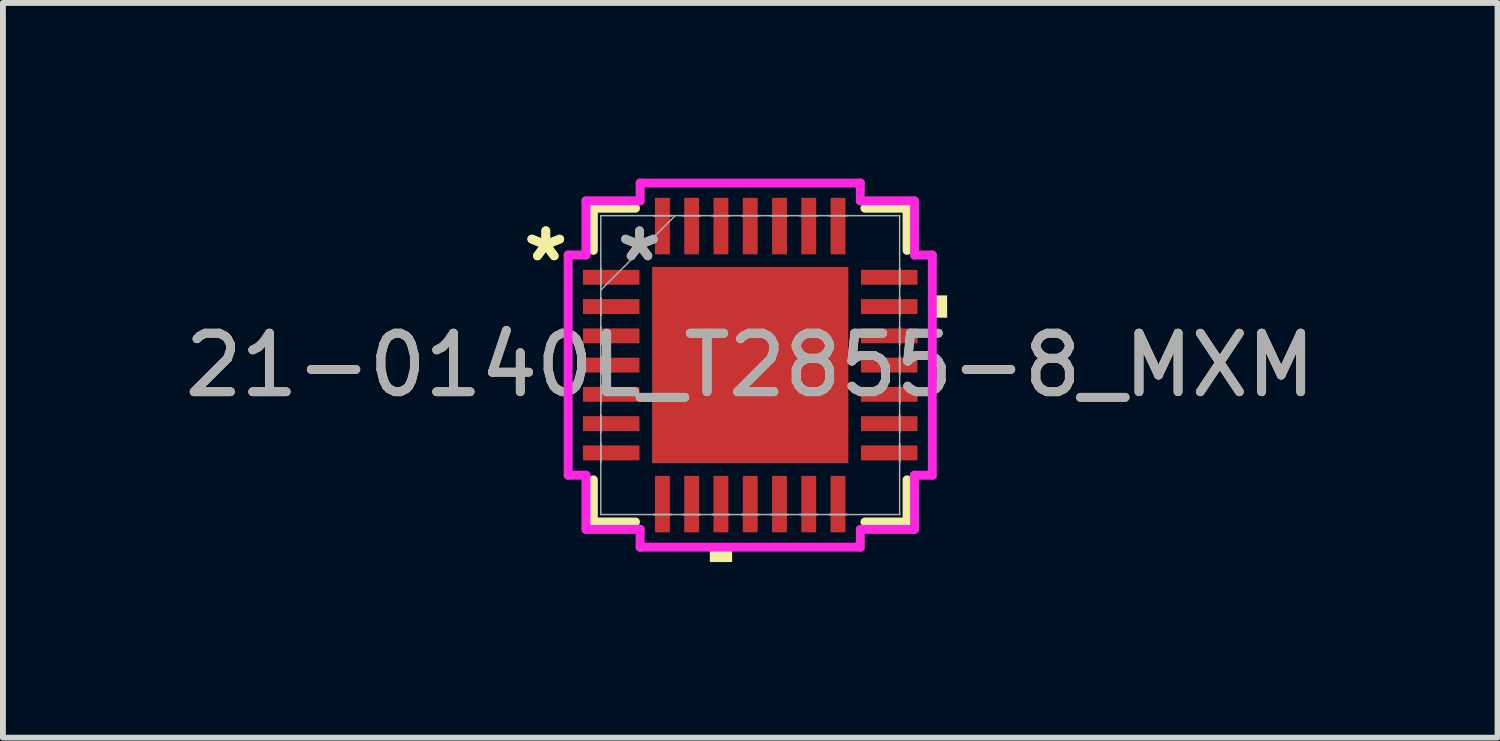
<source format=kicad_pcb>
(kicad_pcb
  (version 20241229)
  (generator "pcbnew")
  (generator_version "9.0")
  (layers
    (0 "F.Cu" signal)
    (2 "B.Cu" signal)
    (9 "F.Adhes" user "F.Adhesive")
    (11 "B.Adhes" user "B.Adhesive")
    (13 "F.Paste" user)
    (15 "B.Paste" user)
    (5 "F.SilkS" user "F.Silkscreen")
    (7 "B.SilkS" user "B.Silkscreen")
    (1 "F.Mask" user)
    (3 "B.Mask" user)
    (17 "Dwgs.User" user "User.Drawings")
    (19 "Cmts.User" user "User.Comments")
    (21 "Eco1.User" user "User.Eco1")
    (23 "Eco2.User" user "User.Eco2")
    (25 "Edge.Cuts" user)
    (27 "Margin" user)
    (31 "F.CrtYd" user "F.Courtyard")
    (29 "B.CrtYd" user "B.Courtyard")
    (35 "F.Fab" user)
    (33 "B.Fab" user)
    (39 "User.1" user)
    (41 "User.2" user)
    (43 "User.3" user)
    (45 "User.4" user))
  (footprint "21-0140L_T2855-8_MXM"
    (layer "F.Cu")
    (at 9.768 3.188)
    (property "Reference" "21-0140L_T2855-8_MXM" (at 0 0 0) (unlocked yes) (layer "F.SilkS") (effects (font (size 1 1) (thickness 0.15))))
    (attr smd)
    (fp_line (start -2.68 -2.68) (end -2.68 -1.96) (stroke (width 0.152) (type solid)) (layer "F.SilkS"))
    (fp_line (start -2.68 1.96) (end -2.68 2.68) (stroke (width 0.152) (type solid)) (layer "F.SilkS"))
    (fp_line (start -2.68 2.68) (end -1.96 2.68) (stroke (width 0.152) (type solid)) (layer "F.SilkS"))
    (fp_line (start -1.96 -2.68) (end -2.68 -2.68) (stroke (width 0.152) (type solid)) (layer "F.SilkS"))
    (fp_line (start 1.96 2.68) (end 2.68 2.68) (stroke (width 0.152) (type solid)) (layer "F.SilkS"))
    (fp_line (start 2.68 -2.68) (end 1.96 -2.68) (stroke (width 0.152) (type solid)) (layer "F.SilkS"))
    (fp_line (start 2.68 -1.96) (end 2.68 -2.68) (stroke (width 0.152) (type solid)) (layer "F.SilkS"))
    (fp_line (start 2.68 2.68) (end 2.68 1.96) (stroke (width 0.152) (type solid)) (layer "F.SilkS"))
    (fp_poly (pts (xy -0.69 3.111) (xy -0.69 3.365) (xy -0.309 3.365) (xy -0.309 3.111)) (stroke (width 0) (type solid)) (fill yes) (layer "F.SilkS"))
    (fp_poly (pts (xy 3.365 -1.191) (xy 3.365 -0.81) (xy 3.111 -0.81) (xy 3.111 -1.191)) (stroke (width 0) (type solid)) (fill yes) (layer "F.SilkS"))
    (fp_poly (pts (xy -1.576 -1.576) (xy -1.576 -0.1) (xy -0.1 -0.1) (xy -0.1 -1.576)) (stroke (width 0) (type solid)) (fill yes) (layer "F.Paste"))
    (fp_poly (pts (xy -1.576 0.1) (xy -1.576 1.576) (xy -0.1 1.576) (xy -0.1 0.1)) (stroke (width 0) (type solid)) (fill yes) (layer "F.Paste"))
    (fp_poly (pts (xy 0.1 -1.576) (xy 0.1 -0.1) (xy 1.576 -0.1) (xy 1.576 -1.576)) (stroke (width 0) (type solid)) (fill yes) (layer "F.Paste"))
    (fp_poly (pts (xy 0.1 0.1) (xy 0.1 1.576) (xy 1.576 1.576) (xy 1.576 0.1)) (stroke (width 0) (type solid)) (fill yes) (layer "F.Paste"))
    (fp_line (start -3.111 -1.881) (end -2.807 -1.881) (stroke (width 0.152) (type solid)) (layer "F.CrtYd"))
    (fp_line (start -3.111 1.881) (end -3.111 -1.881) (stroke (width 0.152) (type solid)) (layer "F.CrtYd"))
    (fp_line (start -2.807 -2.807) (end -1.881 -2.807) (stroke (width 0.152) (type solid)) (layer "F.CrtYd"))
    (fp_line (start -2.807 -1.881) (end -2.807 -2.807) (stroke (width 0.152) (type solid)) (layer "F.CrtYd"))
    (fp_line (start -2.807 1.881) (end -3.111 1.881) (stroke (width 0.152) (type solid)) (layer "F.CrtYd"))
    (fp_line (start -2.807 2.807) (end -2.807 1.881) (stroke (width 0.152) (type solid)) (layer "F.CrtYd"))
    (fp_line (start -1.881 -3.111) (end 1.881 -3.111) (stroke (width 0.152) (type solid)) (layer "F.CrtYd"))
    (fp_line (start -1.881 -2.807) (end -1.881 -3.111) (stroke (width 0.152) (type solid)) (layer "F.CrtYd"))
    (fp_line (start -1.881 2.807) (end -2.807 2.807) (stroke (width 0.152) (type solid)) (layer "F.CrtYd"))
    (fp_line (start -1.881 3.111) (end -1.881 2.807) (stroke (width 0.152) (type solid)) (layer "F.CrtYd"))
    (fp_line (start 1.881 -3.111) (end 1.881 -2.807) (stroke (width 0.152) (type solid)) (layer "F.CrtYd"))
    (fp_line (start 1.881 -2.807) (end 2.807 -2.807) (stroke (width 0.152) (type solid)) (layer "F.CrtYd"))
    (fp_line (start 1.881 2.807) (end 1.881 3.111) (stroke (width 0.152) (type solid)) (layer "F.CrtYd"))
    (fp_line (start 1.881 3.111) (end -1.881 3.111) (stroke (width 0.152) (type solid)) (layer "F.CrtYd"))
    (fp_line (start 2.807 -2.807) (end 2.807 -1.881) (stroke (width 0.152) (type solid)) (layer "F.CrtYd"))
    (fp_line (start 2.807 -1.881) (end 3.111 -1.881) (stroke (width 0.152) (type solid)) (layer "F.CrtYd"))
    (fp_line (start 2.807 1.881) (end 2.807 2.807) (stroke (width 0.152) (type solid)) (layer "F.CrtYd"))
    (fp_line (start 2.807 2.807) (end 1.881 2.807) (stroke (width 0.152) (type solid)) (layer "F.CrtYd"))
    (fp_line (start 3.111 -1.881) (end 3.111 1.881) (stroke (width 0.152) (type solid)) (layer "F.CrtYd"))
    (fp_line (start 3.111 1.881) (end 2.807 1.881) (stroke (width 0.152) (type solid)) (layer "F.CrtYd"))
    (fp_line (start -2.553 -2.553) (end -2.553 -2.553) (stroke (width 0.025) (type solid)) (layer "F.Fab"))
    (fp_line (start -2.553 -2.553) (end -2.553 2.553) (stroke (width 0.025) (type solid)) (layer "F.Fab"))
    (fp_line (start -2.553 -1.652) (end -2.553 -1.652) (stroke (width 0.025) (type solid)) (layer "F.Fab"))
    (fp_line (start -2.553 -1.652) (end -2.553 -1.348) (stroke (width 0.025) (type solid)) (layer "F.Fab"))
    (fp_line (start -2.553 -1.348) (end -2.553 -1.652) (stroke (width 0.025) (type solid)) (layer "F.Fab"))
    (fp_line (start -2.553 -1.348) (end -2.553 -1.348) (stroke (width 0.025) (type solid)) (layer "F.Fab"))
    (fp_line (start -2.553 -1.283) (end -1.283 -2.553) (stroke (width 0.025) (type solid)) (layer "F.Fab"))
    (fp_line (start -2.553 -1.152) (end -2.553 -1.152) (stroke (width 0.025) (type solid)) (layer "F.Fab"))
    (fp_line (start -2.553 -1.152) (end -2.553 -0.848) (stroke (width 0.025) (type solid)) (layer "F.Fab"))
    (fp_line (start -2.553 -0.848) (end -2.553 -1.152) (stroke (width 0.025) (type solid)) (layer "F.Fab"))
    (fp_line (start -2.553 -0.848) (end -2.553 -0.848) (stroke (width 0.025) (type solid)) (layer "F.Fab"))
    (fp_line (start -2.553 -0.652) (end -2.553 -0.652) (stroke (width 0.025) (type solid)) (layer "F.Fab"))
    (fp_line (start -2.553 -0.652) (end -2.553 -0.348) (stroke (width 0.025) (type solid)) (layer "F.Fab"))
    (fp_line (start -2.553 -0.348) (end -2.553 -0.652) (stroke (width 0.025) (type solid)) (layer "F.Fab"))
    (fp_line (start -2.553 -0.348) (end -2.553 -0.348) (stroke (width 0.025) (type solid)) (layer "F.Fab"))
    (fp_line (start -2.553 -0.152) (end -2.553 -0.152) (stroke (width 0.025) (type solid)) (layer "F.Fab"))
    (fp_line (start -2.553 -0.152) (end -2.553 0.152) (stroke (width 0.025) (type solid)) (layer "F.Fab"))
    (fp_line (start -2.553 0.152) (end -2.553 -0.152) (stroke (width 0.025) (type solid)) (layer "F.Fab"))
    (fp_line (start -2.553 0.152) (end -2.553 0.152) (stroke (width 0.025) (type solid)) (layer "F.Fab"))
    (fp_line (start -2.553 0.348) (end -2.553 0.348) (stroke (width 0.025) (type solid)) (layer "F.Fab"))
    (fp_line (start -2.553 0.348) (end -2.553 0.652) (stroke (width 0.025) (type solid)) (layer "F.Fab"))
    (fp_line (start -2.553 0.652) (end -2.553 0.348) (stroke (width 0.025) (type solid)) (layer "F.Fab"))
    (fp_line (start -2.553 0.652) (end -2.553 0.652) (stroke (width 0.025) (type solid)) (layer "F.Fab"))
    (fp_line (start -2.553 0.848) (end -2.553 0.848) (stroke (width 0.025) (type solid)) (layer "F.Fab"))
    (fp_line (start -2.553 0.848) (end -2.553 1.152) (stroke (width 0.025) (type solid)) (layer "F.Fab"))
    (fp_line (start -2.553 1.152) (end -2.553 0.848) (stroke (width 0.025) (type solid)) (layer "F.Fab"))
    (fp_line (start -2.553 1.152) (end -2.553 1.152) (stroke (width 0.025) (type solid)) (layer "F.Fab"))
    (fp_line (start -2.553 1.348) (end -2.553 1.348) (stroke (width 0.025) (type solid)) (layer "F.Fab"))
    (fp_line (start -2.553 1.348) (end -2.553 1.652) (stroke (width 0.025) (type solid)) (layer "F.Fab"))
    (fp_line (start -2.553 1.652) (end -2.553 1.348) (stroke (width 0.025) (type solid)) (layer "F.Fab"))
    (fp_line (start -2.553 1.652) (end -2.553 1.652) (stroke (width 0.025) (type solid)) (layer "F.Fab"))
    (fp_line (start -2.553 2.553) (end -2.553 2.553) (stroke (width 0.025) (type solid)) (layer "F.Fab"))
    (fp_line (start -2.553 2.553) (end 2.553 2.553) (stroke (width 0.025) (type solid)) (layer "F.Fab"))
    (fp_line (start -1.652 -2.553) (end -1.652 -2.553) (stroke (width 0.025) (type solid)) (layer "F.Fab"))
    (fp_line (start -1.652 -2.553) (end -1.348 -2.553) (stroke (width 0.025) (type solid)) (layer "F.Fab"))
    (fp_line (start -1.652 2.553) (end -1.652 2.553) (stroke (width 0.025) (type solid)) (layer "F.Fab"))
    (fp_line (start -1.652 2.553) (end -1.348 2.553) (stroke (width 0.025) (type solid)) (layer "F.Fab"))
    (fp_line (start -1.348 -2.553) (end -1.652 -2.553) (stroke (width 0.025) (type solid)) (layer "F.Fab"))
    (fp_line (start -1.348 -2.553) (end -1.348 -2.553) (stroke (width 0.025) (type solid)) (layer "F.Fab"))
    (fp_line (start -1.348 2.553) (end -1.652 2.553) (stroke (width 0.025) (type solid)) (layer "F.Fab"))
    (fp_line (start -1.348 2.553) (end -1.348 2.553) (stroke (width 0.025) (type solid)) (layer "F.Fab"))
    (fp_line (start -1.152 -2.553) (end -1.152 -2.553) (stroke (width 0.025) (type solid)) (layer "F.Fab"))
    (fp_line (start -1.152 -2.553) (end -0.848 -2.553) (stroke (width 0.025) (type solid)) (layer "F.Fab"))
    (fp_line (start -1.152 2.553) (end -1.152 2.553) (stroke (width 0.025) (type solid)) (layer "F.Fab"))
    (fp_line (start -1.152 2.553) (end -0.848 2.553) (stroke (width 0.025) (type solid)) (layer "F.Fab"))
    (fp_line (start -0.848 -2.553) (end -1.152 -2.553) (stroke (width 0.025) (type solid)) (layer "F.Fab"))
    (fp_line (start -0.848 -2.553) (end -0.848 -2.553) (stroke (width 0.025) (type solid)) (layer "F.Fab"))
    (fp_line (start -0.848 2.553) (end -1.152 2.553) (stroke (width 0.025) (type solid)) (layer "F.Fab"))
    (fp_line (start -0.848 2.553) (end -0.848 2.553) (stroke (width 0.025) (type solid)) (layer "F.Fab"))
    (fp_line (start -0.652 -2.553) (end -0.652 -2.553) (stroke (width 0.025) (type solid)) (layer "F.Fab"))
    (fp_line (start -0.652 -2.553) (end -0.348 -2.553) (stroke (width 0.025) (type solid)) (layer "F.Fab"))
    (fp_line (start -0.652 2.553) (end -0.652 2.553) (stroke (width 0.025) (type solid)) (layer "F.Fab"))
    (fp_line (start -0.652 2.553) (end -0.348 2.553) (stroke (width 0.025) (type solid)) (layer "F.Fab"))
    (fp_line (start -0.348 -2.553) (end -0.652 -2.553) (stroke (width 0.025) (type solid)) (layer "F.Fab"))
    (fp_line (start -0.348 -2.553) (end -0.348 -2.553) (stroke (width 0.025) (type solid)) (layer "F.Fab"))
    (fp_line (start -0.348 2.553) (end -0.652 2.553) (stroke (width 0.025) (type solid)) (layer "F.Fab"))
    (fp_line (start -0.348 2.553) (end -0.348 2.553) (stroke (width 0.025) (type solid)) (layer "F.Fab"))
    (fp_line (start -0.152 -2.553) (end -0.152 -2.553) (stroke (width 0.025) (type solid)) (layer "F.Fab"))
    (fp_line (start -0.152 -2.553) (end 0.152 -2.553) (stroke (width 0.025) (type solid)) (layer "F.Fab"))
    (fp_line (start -0.152 2.553) (end -0.152 2.553) (stroke (width 0.025) (type solid)) (layer "F.Fab"))
    (fp_line (start -0.152 2.553) (end 0.152 2.553) (stroke (width 0.025) (type solid)) (layer "F.Fab"))
    (fp_line (start 0.152 -2.553) (end -0.152 -2.553) (stroke (width 0.025) (type solid)) (layer "F.Fab"))
    (fp_line (start 0.152 -2.553) (end 0.152 -2.553) (stroke (width 0.025) (type solid)) (layer "F.Fab"))
    (fp_line (start 0.152 2.553) (end -0.152 2.553) (stroke (width 0.025) (type solid)) (layer "F.Fab"))
    (fp_line (start 0.152 2.553) (end 0.152 2.553) (stroke (width 0.025) (type solid)) (layer "F.Fab"))
    (fp_line (start 0.348 -2.553) (end 0.348 -2.553) (stroke (width 0.025) (type solid)) (layer "F.Fab"))
    (fp_line (start 0.348 -2.553) (end 0.652 -2.553) (stroke (width 0.025) (type solid)) (layer "F.Fab"))
    (fp_line (start 0.348 2.553) (end 0.348 2.553) (stroke (width 0.025) (type solid)) (layer "F.Fab"))
    (fp_line (start 0.348 2.553) (end 0.652 2.553) (stroke (width 0.025) (type solid)) (layer "F.Fab"))
    (fp_line (start 0.652 -2.553) (end 0.348 -2.553) (stroke (width 0.025) (type solid)) (layer "F.Fab"))
    (fp_line (start 0.652 -2.553) (end 0.652 -2.553) (stroke (width 0.025) (type solid)) (layer "F.Fab"))
    (fp_line (start 0.652 2.553) (end 0.348 2.553) (stroke (width 0.025) (type solid)) (layer "F.Fab"))
    (fp_line (start 0.652 2.553) (end 0.652 2.553) (stroke (width 0.025) (type solid)) (layer "F.Fab"))
    (fp_line (start 0.848 -2.553) (end 0.848 -2.553) (stroke (width 0.025) (type solid)) (layer "F.Fab"))
    (fp_line (start 0.848 -2.553) (end 1.152 -2.553) (stroke (width 0.025) (type solid)) (layer "F.Fab"))
    (fp_line (start 0.848 2.553) (end 0.848 2.553) (stroke (width 0.025) (type solid)) (layer "F.Fab"))
    (fp_line (start 0.848 2.553) (end 1.152 2.553) (stroke (width 0.025) (type solid)) (layer "F.Fab"))
    (fp_line (start 1.152 -2.553) (end 0.848 -2.553) (stroke (width 0.025) (type solid)) (layer "F.Fab"))
    (fp_line (start 1.152 -2.553) (end 1.152 -2.553) (stroke (width 0.025) (type solid)) (layer "F.Fab"))
    (fp_line (start 1.152 2.553) (end 0.848 2.553) (stroke (width 0.025) (type solid)) (layer "F.Fab"))
    (fp_line (start 1.152 2.553) (end 1.152 2.553) (stroke (width 0.025) (type solid)) (layer "F.Fab"))
    (fp_line (start 1.348 -2.553) (end 1.348 -2.553) (stroke (width 0.025) (type solid)) (layer "F.Fab"))
    (fp_line (start 1.348 -2.553) (end 1.652 -2.553) (stroke (width 0.025) (type solid)) (layer "F.Fab"))
    (fp_line (start 1.348 2.553) (end 1.348 2.553) (stroke (width 0.025) (type solid)) (layer "F.Fab"))
    (fp_line (start 1.348 2.553) (end 1.652 2.553) (stroke (width 0.025) (type solid)) (layer "F.Fab"))
    (fp_line (start 1.652 -2.553) (end 1.348 -2.553) (stroke (width 0.025) (type solid)) (layer "F.Fab"))
    (fp_line (start 1.652 -2.553) (end 1.652 -2.553) (stroke (width 0.025) (type solid)) (layer "F.Fab"))
    (fp_line (start 1.652 2.553) (end 1.348 2.553) (stroke (width 0.025) (type solid)) (layer "F.Fab"))
    (fp_line (start 1.652 2.553) (end 1.652 2.553) (stroke (width 0.025) (type solid)) (layer "F.Fab"))
    (fp_line (start 2.553 -2.553) (end -2.553 -2.553) (stroke (width 0.025) (type solid)) (layer "F.Fab"))
    (fp_line (start 2.553 -2.553) (end 2.553 -2.553) (stroke (width 0.025) (type solid)) (layer "F.Fab"))
    (fp_line (start 2.553 -1.652) (end 2.553 -1.652) (stroke (width 0.025) (type solid)) (layer "F.Fab"))
    (fp_line (start 2.553 -1.652) (end 2.553 -1.348) (stroke (width 0.025) (type solid)) (layer "F.Fab"))
    (fp_line (start 2.553 -1.348) (end 2.553 -1.652) (stroke (width 0.025) (type solid)) (layer "F.Fab"))
    (fp_line (start 2.553 -1.348) (end 2.553 -1.348) (stroke (width 0.025) (type solid)) (layer "F.Fab"))
    (fp_line (start 2.553 -1.152) (end 2.553 -1.152) (stroke (width 0.025) (type solid)) (layer "F.Fab"))
    (fp_line (start 2.553 -1.152) (end 2.553 -0.848) (stroke (width 0.025) (type solid)) (layer "F.Fab"))
    (fp_line (start 2.553 -0.848) (end 2.553 -1.152) (stroke (width 0.025) (type solid)) (layer "F.Fab"))
    (fp_line (start 2.553 -0.848) (end 2.553 -0.848) (stroke (width 0.025) (type solid)) (layer "F.Fab"))
    (fp_line (start 2.553 -0.652) (end 2.553 -0.652) (stroke (width 0.025) (type solid)) (layer "F.Fab"))
    (fp_line (start 2.553 -0.652) (end 2.553 -0.348) (stroke (width 0.025) (type solid)) (layer "F.Fab"))
    (fp_line (start 2.553 -0.348) (end 2.553 -0.652) (stroke (width 0.025) (type solid)) (layer "F.Fab"))
    (fp_line (start 2.553 -0.348) (end 2.553 -0.348) (stroke (width 0.025) (type solid)) (layer "F.Fab"))
    (fp_line (start 2.553 -0.152) (end 2.553 -0.152) (stroke (width 0.025) (type solid)) (layer "F.Fab"))
    (fp_line (start 2.553 -0.152) (end 2.553 0.152) (stroke (width 0.025) (type solid)) (layer "F.Fab"))
    (fp_line (start 2.553 0.152) (end 2.553 -0.152) (stroke (width 0.025) (type solid)) (layer "F.Fab"))
    (fp_line (start 2.553 0.152) (end 2.553 0.152) (stroke (width 0.025) (type solid)) (layer "F.Fab"))
    (fp_line (start 2.553 0.348) (end 2.553 0.348) (stroke (width 0.025) (type solid)) (layer "F.Fab"))
    (fp_line (start 2.553 0.348) (end 2.553 0.652) (stroke (width 0.025) (type solid)) (layer "F.Fab"))
    (fp_line (start 2.553 0.652) (end 2.553 0.348) (stroke (width 0.025) (type solid)) (layer "F.Fab"))
    (fp_line (start 2.553 0.652) (end 2.553 0.652) (stroke (width 0.025) (type solid)) (layer "F.Fab"))
    (fp_line (start 2.553 0.848) (end 2.553 0.848) (stroke (width 0.025) (type solid)) (layer "F.Fab"))
    (fp_line (start 2.553 0.848) (end 2.553 1.152) (stroke (width 0.025) (type solid)) (layer "F.Fab"))
    (fp_line (start 2.553 1.152) (end 2.553 0.848) (stroke (width 0.025) (type solid)) (layer "F.Fab"))
    (fp_line (start 2.553 1.152) (end 2.553 1.152) (stroke (width 0.025) (type solid)) (layer "F.Fab"))
    (fp_line (start 2.553 1.348) (end 2.553 1.348) (stroke (width 0.025) (type solid)) (layer "F.Fab"))
    (fp_line (start 2.553 1.348) (end 2.553 1.652) (stroke (width 0.025) (type solid)) (layer "F.Fab"))
    (fp_line (start 2.553 1.652) (end 2.553 1.348) (stroke (width 0.025) (type solid)) (layer "F.Fab"))
    (fp_line (start 2.553 1.652) (end 2.553 1.652) (stroke (width 0.025) (type solid)) (layer "F.Fab"))
    (fp_line (start 2.553 2.553) (end 2.553 -2.553) (stroke (width 0.025) (type solid)) (layer "F.Fab"))
    (fp_line (start 2.553 2.553) (end 2.553 2.553) (stroke (width 0.025) (type solid)) (layer "F.Fab"))
    (fp_text user "*" (at -3.493 -1.75 0) (unlocked yes) (layer "F.SilkS") (effects (font (size 1 1) (thickness 0.15))))
    (fp_text user "*" (at -3.493 -1.75 0) (layer "F.SilkS") (effects (font (size 1 1) (thickness 0.15))))
    (fp_text user "${REFERENCE}" (at 0 0 0) (unlocked yes) (layer "F.Fab") (effects (font (size 1 1) (thickness 0.15))))
    (fp_text user "*" (at -1.892 -1.75 0) (unlocked yes) (layer "F.Fab") (effects (font (size 1 1) (thickness 0.15))))
    (fp_text user "*" (at -1.892 -1.75 0) (layer "F.Fab") (effects (font (size 1 1) (thickness 0.15))))
    (pad "1" smd rect (at -2.375 -1.5 90) (size 0.254 0.965) (layers "F.Cu" "F.Mask" "F.Paste"))
    (pad "2" smd rect (at -2.375 -1 90) (size 0.254 0.965) (layers "F.Cu" "F.Mask" "F.Paste"))
    (pad "3" smd rect (at -2.375 -0.5 90) (size 0.254 0.965) (layers "F.Cu" "F.Mask" "F.Paste"))
    (pad "4" smd rect (at -2.375 0 90) (size 0.254 0.965) (layers "F.Cu" "F.Mask" "F.Paste"))
    (pad "5" smd rect (at -2.375 0.5 90) (size 0.254 0.965) (layers "F.Cu" "F.Mask" "F.Paste"))
    (pad "6" smd rect (at -2.375 1 90) (size 0.254 0.965) (layers "F.Cu" "F.Mask" "F.Paste"))
    (pad "7" smd rect (at -2.375 1.5 90) (size 0.254 0.965) (layers "F.Cu" "F.Mask" "F.Paste"))
    (pad "8" smd rect (at -1.5 2.375) (size 0.254 0.965) (layers "F.Cu" "F.Mask" "F.Paste"))
    (pad "9" smd rect (at -1 2.375) (size 0.254 0.965) (layers "F.Cu" "F.Mask" "F.Paste"))
    (pad "10" smd rect (at -0.5 2.375) (size 0.254 0.965) (layers "F.Cu" "F.Mask" "F.Paste"))
    (pad "11" smd rect (at 0 2.375) (size 0.254 0.965) (layers "F.Cu" "F.Mask" "F.Paste"))
    (pad "12" smd rect (at 0.5 2.375) (size 0.254 0.965) (layers "F.Cu" "F.Mask" "F.Paste"))
    (pad "13" smd rect (at 1 2.375) (size 0.254 0.965) (layers "F.Cu" "F.Mask" "F.Paste"))
    (pad "14" smd rect (at 1.5 2.375) (size 0.254 0.965) (layers "F.Cu" "F.Mask" "F.Paste"))
    (pad "15" smd rect (at 2.375 1.5 90) (size 0.254 0.965) (layers "F.Cu" "F.Mask" "F.Paste"))
    (pad "16" smd rect (at 2.375 1 90) (size 0.254 0.965) (layers "F.Cu" "F.Mask" "F.Paste"))
    (pad "17" smd rect (at 2.375 0.5 90) (size 0.254 0.965) (layers "F.Cu" "F.Mask" "F.Paste"))
    (pad "18" smd rect (at 2.375 0 90) (size 0.254 0.965) (layers "F.Cu" "F.Mask" "F.Paste"))
    (pad "19" smd rect (at 2.375 -0.5 90) (size 0.254 0.965) (layers "F.Cu" "F.Mask" "F.Paste"))
    (pad "20" smd rect (at 2.375 -1 90) (size 0.254 0.965) (layers "F.Cu" "F.Mask" "F.Paste"))
    (pad "21" smd rect (at 2.375 -1.5 90) (size 0.254 0.965) (layers "F.Cu" "F.Mask" "F.Paste"))
    (pad "22" smd rect (at 1.5 -2.375) (size 0.254 0.965) (layers "F.Cu" "F.Mask" "F.Paste"))
    (pad "23" smd rect (at 1 -2.375) (size 0.254 0.965) (layers "F.Cu" "F.Mask" "F.Paste"))
    (pad "24" smd rect (at 0.5 -2.375) (size 0.254 0.965) (layers "F.Cu" "F.Mask" "F.Paste"))
    (pad "25" smd rect (at 0 -2.375) (size 0.254 0.965) (layers "F.Cu" "F.Mask" "F.Paste"))
    (pad "26" smd rect (at -0.5 -2.375) (size 0.254 0.965) (layers "F.Cu" "F.Mask" "F.Paste"))
    (pad "27" smd rect (at -1 -2.375) (size 0.254 0.965) (layers "F.Cu" "F.Mask" "F.Paste"))
    (pad "28" smd rect (at -1.5 -2.375) (size 0.254 0.965) (layers "F.Cu" "F.Mask" "F.Paste"))
    (pad "29" smd rect (at 0 0) (size 3.353 3.353) (layers "F.Cu" "F.Mask" "F.Paste")))
  (gr_rect
    (start -3 -3)
    (end 22.536 9.553)
    (stroke (width 0.1) (type default))
    (fill no)
    (layer "Edge.Cuts")))
</source>
